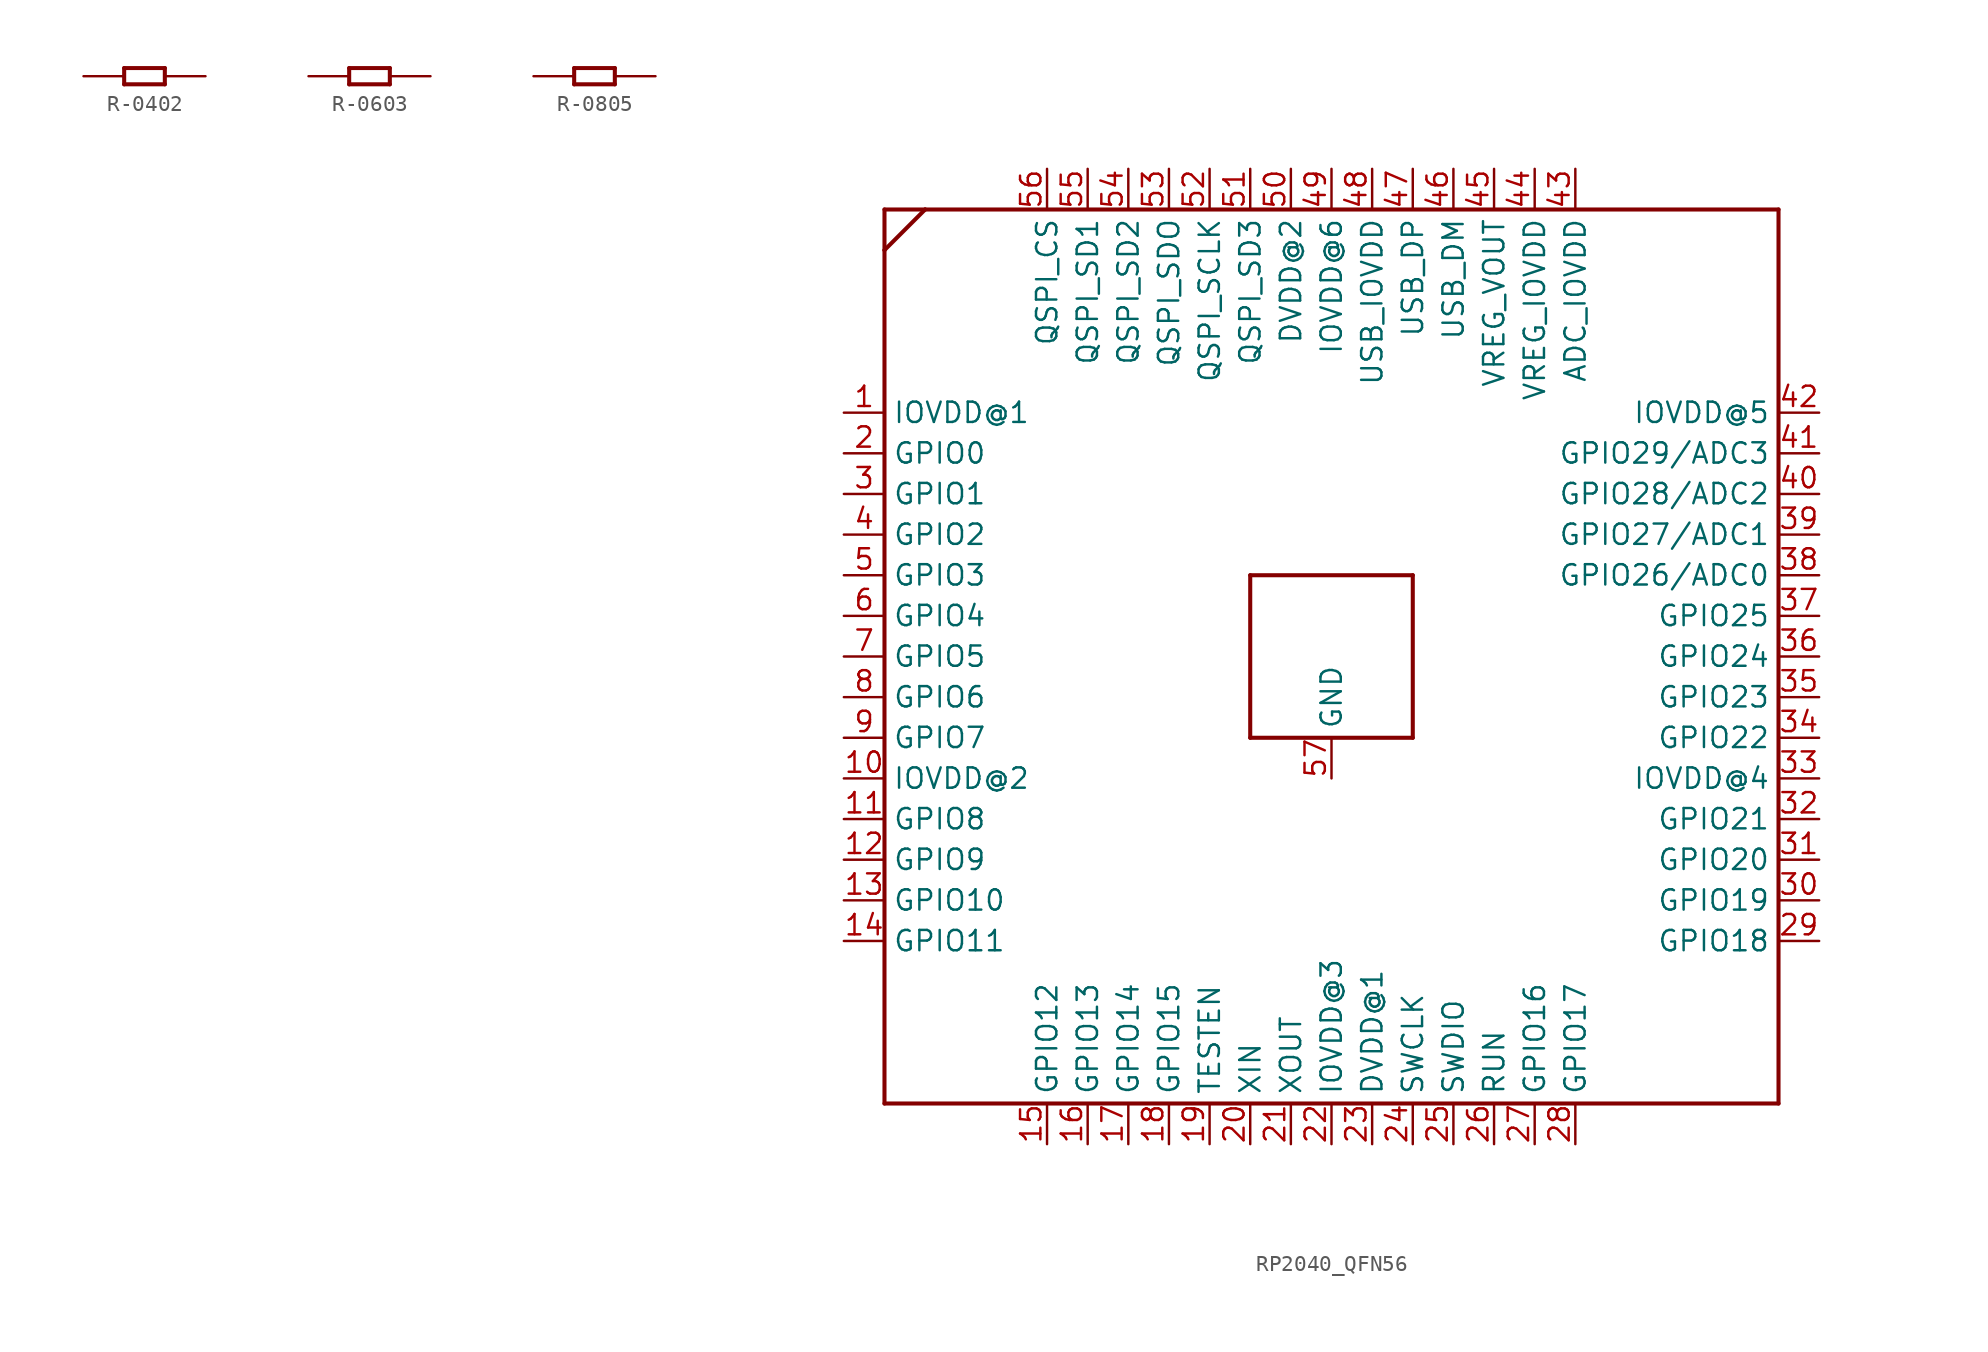
<source format=kicad_sym>
(kicad_symbol_lib
  (version 20220914)
  (generator kicad_symbol_editor)
  (symbol "R-0402"
    (property "Reference" "R"
      (at -2.54 0 0)
      (effects (font (size 0.635 0.54)) (justify left bottom) hide))
    (property "ki_locked" ""
      (at 0 0 0)
      (effects (font (size 1.27 1.27))))
    (symbol "R-0402_1_0"
      (polyline (pts (xy -1.27 -0.508) (xy -1.27 0.508)) (stroke (width 0.254) (type solid)) (fill (type none)))
      (polyline (pts (xy -1.27 0.508) (xy 1.27 0.508)) (stroke (width 0.254) (type solid)) (fill (type none)))
      (polyline (pts (xy 1.27 -0.508) (xy -1.27 -0.508)) (stroke (width 0.254) (type solid)) (fill (type none)))
      (polyline (pts (xy 1.27 0.508) (xy 1.27 -0.508)) (stroke (width 0.254) (type solid)) (fill (type none)))
      (pin passive line (at -3.81 0 0) (length 2.54) (name "1" (effects (font (size 0 0)))) (number "1" (effects (font (size 0 0)))))
      (pin passive line (at 3.81 0 180) (length 2.54) (name "2" (effects (font (size 0 0)))) (number "2" (effects (font (size 0 0)))))))
  (symbol "R-0603"
    (property "Reference" "R"
      (at -2.54 0 0)
      (effects (font (size 0.635 0.54)) (justify left bottom) hide))
    (property "ki_locked" ""
      (at 0 0 0)
      (effects (font (size 1.27 1.27))))
    (symbol "R-0603_1_0"
      (polyline (pts (xy -1.27 -0.508) (xy -1.27 0.508)) (stroke (width 0.254) (type solid)) (fill (type none)))
      (polyline (pts (xy -1.27 0.508) (xy 1.27 0.508)) (stroke (width 0.254) (type solid)) (fill (type none)))
      (polyline (pts (xy 1.27 -0.508) (xy -1.27 -0.508)) (stroke (width 0.254) (type solid)) (fill (type none)))
      (polyline (pts (xy 1.27 0.508) (xy 1.27 -0.508)) (stroke (width 0.254) (type solid)) (fill (type none)))
      (pin passive line (at -3.81 0 0) (length 2.54) (name "1" (effects (font (size 0 0)))) (number "1" (effects (font (size 0 0)))))
      (pin passive line (at 3.81 0 180) (length 2.54) (name "2" (effects (font (size 0 0)))) (number "2" (effects (font (size 0 0)))))))
  (symbol "R-0805"
    (property "Reference" "R"
      (at -2.54 0 0)
      (effects (font (size 0.635 0.54)) (justify left bottom) hide))
    (property "ki_locked" ""
      (at 0 0 0)
      (effects (font (size 1.27 1.27))))
    (symbol "R-0805_1_0"
      (polyline (pts (xy -1.27 -0.508) (xy -1.27 0.508)) (stroke (width 0.254) (type solid)) (fill (type none)))
      (polyline (pts (xy -1.27 0.508) (xy 1.27 0.508)) (stroke (width 0.254) (type solid)) (fill (type none)))
      (polyline (pts (xy 1.27 -0.508) (xy -1.27 -0.508)) (stroke (width 0.254) (type solid)) (fill (type none)))
      (polyline (pts (xy 1.27 0.508) (xy 1.27 -0.508)) (stroke (width 0.254) (type solid)) (fill (type none)))
      (pin passive line (at -3.81 0 0) (length 2.54) (name "1" (effects (font (size 0 0)))) (number "1" (effects (font (size 0 0)))))
      (pin passive line (at 3.81 0 180) (length 2.54) (name "2" (effects (font (size 0 0)))) (number "2" (effects (font (size 0 0)))))))
  (symbol "RP2040_QFN56"
    (property "Reference" "U"
      (at -2.54 7.62 0)
      (effects (font (size 1.27 1.079)) (justify left bottom) hide))
    (property "ki_locked" ""
      (at 0 0 0)
      (effects (font (size 1.27 1.27))))
    (symbol "RP2040_QFN56_1_0"
      (polyline (pts (xy -27.94 -27.94) (xy -27.94 25.4)) (stroke (width 0.254) (type solid)) (fill (type none)))
      (polyline (pts (xy -27.94 25.4) (xy -27.94 27.94)) (stroke (width 0.254) (type solid)) (fill (type none)))
      (polyline (pts (xy -27.94 27.94) (xy -25.4 27.94)) (stroke (width 0.254) (type solid)) (fill (type none)))
      (polyline (pts (xy -25.4 27.94) (xy -27.94 25.4)) (stroke (width 0.254) (type solid)) (fill (type none)))
      (polyline (pts (xy -25.4 27.94) (xy 27.94 27.94)) (stroke (width 0.254) (type solid)) (fill (type none)))
      (polyline (pts (xy -5.08 -5.08) (xy -5.08 5.08)) (stroke (width 0.254) (type solid)) (fill (type none)))
      (polyline (pts (xy -5.08 5.08) (xy 5.08 5.08)) (stroke (width 0.254) (type solid)) (fill (type none)))
      (polyline (pts (xy 5.08 -5.08) (xy -5.08 -5.08)) (stroke (width 0.254) (type solid)) (fill (type none)))
      (polyline (pts (xy 5.08 5.08) (xy 5.08 -5.08)) (stroke (width 0.254) (type solid)) (fill (type none)))
      (polyline (pts (xy 27.94 -27.94) (xy -27.94 -27.94)) (stroke (width 0.254) (type solid)) (fill (type none)))
      (polyline (pts (xy 27.94 27.94) (xy 27.94 -27.94)) (stroke (width 0.254) (type solid)) (fill (type none)))
      (pin bidirectional line (at -30.48 15.24 0) (length 2.54) (name "IOVDD@1" (effects (font (size 1.27 1.27)))) (number "1" (effects (font (size 1.27 1.27)))))
      (pin bidirectional line (at -30.48 -7.62 0) (length 2.54) (name "IOVDD@2" (effects (font (size 1.27 1.27)))) (number "10" (effects (font (size 1.27 1.27)))))
      (pin bidirectional line (at -30.48 -10.16 0) (length 2.54) (name "GPIO8" (effects (font (size 1.27 1.27)))) (number "11" (effects (font (size 1.27 1.27)))))
      (pin bidirectional line (at -30.48 -12.7 0) (length 2.54) (name "GPIO9" (effects (font (size 1.27 1.27)))) (number "12" (effects (font (size 1.27 1.27)))))
      (pin bidirectional line (at -30.48 -15.24 0) (length 2.54) (name "GPIO10" (effects (font (size 1.27 1.27)))) (number "13" (effects (font (size 1.27 1.27)))))
      (pin bidirectional line (at -30.48 -17.78 0) (length 2.54) (name "GPIO11" (effects (font (size 1.27 1.27)))) (number "14" (effects (font (size 1.27 1.27)))))
      (pin bidirectional line (at -17.78 -30.48 90) (length 2.54) (name "GPIO12" (effects (font (size 1.27 1.27)))) (number "15" (effects (font (size 1.27 1.27)))))
      (pin bidirectional line (at -15.24 -30.48 90) (length 2.54) (name "GPIO13" (effects (font (size 1.27 1.27)))) (number "16" (effects (font (size 1.27 1.27)))))
      (pin bidirectional line (at -12.7 -30.48 90) (length 2.54) (name "GPIO14" (effects (font (size 1.27 1.27)))) (number "17" (effects (font (size 1.27 1.27)))))
      (pin bidirectional line (at -10.16 -30.48 90) (length 2.54) (name "GPIO15" (effects (font (size 1.27 1.27)))) (number "18" (effects (font (size 1.27 1.27)))))
      (pin bidirectional line (at -7.62 -30.48 90) (length 2.54) (name "TESTEN" (effects (font (size 1.27 1.27)))) (number "19" (effects (font (size 1.27 1.27)))))
      (pin bidirectional line (at -30.48 12.7 0) (length 2.54) (name "GPIO0" (effects (font (size 1.27 1.27)))) (number "2" (effects (font (size 1.27 1.27)))))
      (pin bidirectional line (at -5.08 -30.48 90) (length 2.54) (name "XIN" (effects (font (size 1.27 1.27)))) (number "20" (effects (font (size 1.27 1.27)))))
      (pin bidirectional line (at -2.54 -30.48 90) (length 2.54) (name "XOUT" (effects (font (size 1.27 1.27)))) (number "21" (effects (font (size 1.27 1.27)))))
      (pin bidirectional line (at 0 -30.48 90) (length 2.54) (name "IOVDD@3" (effects (font (size 1.27 1.27)))) (number "22" (effects (font (size 1.27 1.27)))))
      (pin bidirectional line (at 2.54 -30.48 90) (length 2.54) (name "DVDD@1" (effects (font (size 1.27 1.27)))) (number "23" (effects (font (size 1.27 1.27)))))
      (pin bidirectional line (at 5.08 -30.48 90) (length 2.54) (name "SWCLK" (effects (font (size 1.27 1.27)))) (number "24" (effects (font (size 1.27 1.27)))))
      (pin bidirectional line (at 7.62 -30.48 90) (length 2.54) (name "SWDIO" (effects (font (size 1.27 1.27)))) (number "25" (effects (font (size 1.27 1.27)))))
      (pin bidirectional line (at 10.16 -30.48 90) (length 2.54) (name "RUN" (effects (font (size 1.27 1.27)))) (number "26" (effects (font (size 1.27 1.27)))))
      (pin bidirectional line (at 12.7 -30.48 90) (length 2.54) (name "GPIO16" (effects (font (size 1.27 1.27)))) (number "27" (effects (font (size 1.27 1.27)))))
      (pin bidirectional line (at 15.24 -30.48 90) (length 2.54) (name "GPIO17" (effects (font (size 1.27 1.27)))) (number "28" (effects (font (size 1.27 1.27)))))
      (pin bidirectional line (at 30.48 -17.78 180) (length 2.54) (name "GPIO18" (effects (font (size 1.27 1.27)))) (number "29" (effects (font (size 1.27 1.27)))))
      (pin bidirectional line (at -30.48 10.16 0) (length 2.54) (name "GPIO1" (effects (font (size 1.27 1.27)))) (number "3" (effects (font (size 1.27 1.27)))))
      (pin bidirectional line (at 30.48 -15.24 180) (length 2.54) (name "GPIO19" (effects (font (size 1.27 1.27)))) (number "30" (effects (font (size 1.27 1.27)))))
      (pin bidirectional line (at 30.48 -12.7 180) (length 2.54) (name "GPIO20" (effects (font (size 1.27 1.27)))) (number "31" (effects (font (size 1.27 1.27)))))
      (pin bidirectional line (at 30.48 -10.16 180) (length 2.54) (name "GPIO21" (effects (font (size 1.27 1.27)))) (number "32" (effects (font (size 1.27 1.27)))))
      (pin bidirectional line (at 30.48 -7.62 180) (length 2.54) (name "IOVDD@4" (effects (font (size 1.27 1.27)))) (number "33" (effects (font (size 1.27 1.27)))))
      (pin bidirectional line (at 30.48 -5.08 180) (length 2.54) (name "GPIO22" (effects (font (size 1.27 1.27)))) (number "34" (effects (font (size 1.27 1.27)))))
      (pin bidirectional line (at 30.48 -2.54 180) (length 2.54) (name "GPIO23" (effects (font (size 1.27 1.27)))) (number "35" (effects (font (size 1.27 1.27)))))
      (pin bidirectional line (at 30.48 0 180) (length 2.54) (name "GPIO24" (effects (font (size 1.27 1.27)))) (number "36" (effects (font (size 1.27 1.27)))))
      (pin bidirectional line (at 30.48 2.54 180) (length 2.54) (name "GPIO25" (effects (font (size 1.27 1.27)))) (number "37" (effects (font (size 1.27 1.27)))))
      (pin bidirectional line (at 30.48 5.08 180) (length 2.54) (name "GPIO26/ADC0" (effects (font (size 1.27 1.27)))) (number "38" (effects (font (size 1.27 1.27)))))
      (pin bidirectional line (at 30.48 7.62 180) (length 2.54) (name "GPIO27/ADC1" (effects (font (size 1.27 1.27)))) (number "39" (effects (font (size 1.27 1.27)))))
      (pin bidirectional line (at -30.48 7.62 0) (length 2.54) (name "GPIO2" (effects (font (size 1.27 1.27)))) (number "4" (effects (font (size 1.27 1.27)))))
      (pin bidirectional line (at 30.48 10.16 180) (length 2.54) (name "GPIO28/ADC2" (effects (font (size 1.27 1.27)))) (number "40" (effects (font (size 1.27 1.27)))))
      (pin bidirectional line (at 30.48 12.7 180) (length 2.54) (name "GPIO29/ADC3" (effects (font (size 1.27 1.27)))) (number "41" (effects (font (size 1.27 1.27)))))
      (pin bidirectional line (at 30.48 15.24 180) (length 2.54) (name "IOVDD@5" (effects (font (size 1.27 1.27)))) (number "42" (effects (font (size 1.27 1.27)))))
      (pin bidirectional line (at 15.24 30.48 270) (length 2.54) (name "ADC_IOVDD" (effects (font (size 1.27 1.27)))) (number "43" (effects (font (size 1.27 1.27)))))
      (pin bidirectional line (at 12.7 30.48 270) (length 2.54) (name "VREG_IOVDD" (effects (font (size 1.27 1.27)))) (number "44" (effects (font (size 1.27 1.27)))))
      (pin bidirectional line (at 10.16 30.48 270) (length 2.54) (name "VREG_VOUT" (effects (font (size 1.27 1.27)))) (number "45" (effects (font (size 1.27 1.27)))))
      (pin bidirectional line (at 7.62 30.48 270) (length 2.54) (name "USB_DM" (effects (font (size 1.27 1.27)))) (number "46" (effects (font (size 1.27 1.27)))))
      (pin bidirectional line (at 5.08 30.48 270) (length 2.54) (name "USB_DP" (effects (font (size 1.27 1.27)))) (number "47" (effects (font (size 1.27 1.27)))))
      (pin bidirectional line (at 2.54 30.48 270) (length 2.54) (name "USB_IOVDD" (effects (font (size 1.27 1.27)))) (number "48" (effects (font (size 1.27 1.27)))))
      (pin bidirectional line (at 0 30.48 270) (length 2.54) (name "IOVDD@6" (effects (font (size 1.27 1.27)))) (number "49" (effects (font (size 1.27 1.27)))))
      (pin bidirectional line (at -30.48 5.08 0) (length 2.54) (name "GPIO3" (effects (font (size 1.27 1.27)))) (number "5" (effects (font (size 1.27 1.27)))))
      (pin bidirectional line (at -2.54 30.48 270) (length 2.54) (name "DVDD@2" (effects (font (size 1.27 1.27)))) (number "50" (effects (font (size 1.27 1.27)))))
      (pin bidirectional line (at -5.08 30.48 270) (length 2.54) (name "QSPI_SD3" (effects (font (size 1.27 1.27)))) (number "51" (effects (font (size 1.27 1.27)))))
      (pin bidirectional line (at -7.62 30.48 270) (length 2.54) (name "QSPI_SCLK" (effects (font (size 1.27 1.27)))) (number "52" (effects (font (size 1.27 1.27)))))
      (pin bidirectional line (at -10.16 30.48 270) (length 2.54) (name "QSPI_SDO" (effects (font (size 1.27 1.27)))) (number "53" (effects (font (size 1.27 1.27)))))
      (pin bidirectional line (at -12.7 30.48 270) (length 2.54) (name "QSPI_SD2" (effects (font (size 1.27 1.27)))) (number "54" (effects (font (size 1.27 1.27)))))
      (pin bidirectional line (at -15.24 30.48 270) (length 2.54) (name "QSPI_SD1" (effects (font (size 1.27 1.27)))) (number "55" (effects (font (size 1.27 1.27)))))
      (pin bidirectional line (at -17.78 30.48 270) (length 2.54) (name "QSPI_CS" (effects (font (size 1.27 1.27)))) (number "56" (effects (font (size 1.27 1.27)))))
      (pin bidirectional line (at 0 -7.62 90) (length 2.54) (name "GND" (effects (font (size 1.27 1.27)))) (number "57" (effects (font (size 1.27 1.27)))))
      (pin bidirectional line (at -30.48 2.54 0) (length 2.54) (name "GPIO4" (effects (font (size 1.27 1.27)))) (number "6" (effects (font (size 1.27 1.27)))))
      (pin bidirectional line (at -30.48 0 0) (length 2.54) (name "GPIO5" (effects (font (size 1.27 1.27)))) (number "7" (effects (font (size 1.27 1.27)))))
      (pin bidirectional line (at -30.48 -2.54 0) (length 2.54) (name "GPIO6" (effects (font (size 1.27 1.27)))) (number "8" (effects (font (size 1.27 1.27)))))
      (pin bidirectional line (at -30.48 -5.08 0) (length 2.54) (name "GPIO7" (effects (font (size 1.27 1.27)))) (number "9" (effects (font (size 1.27 1.27))))))))
</source>
